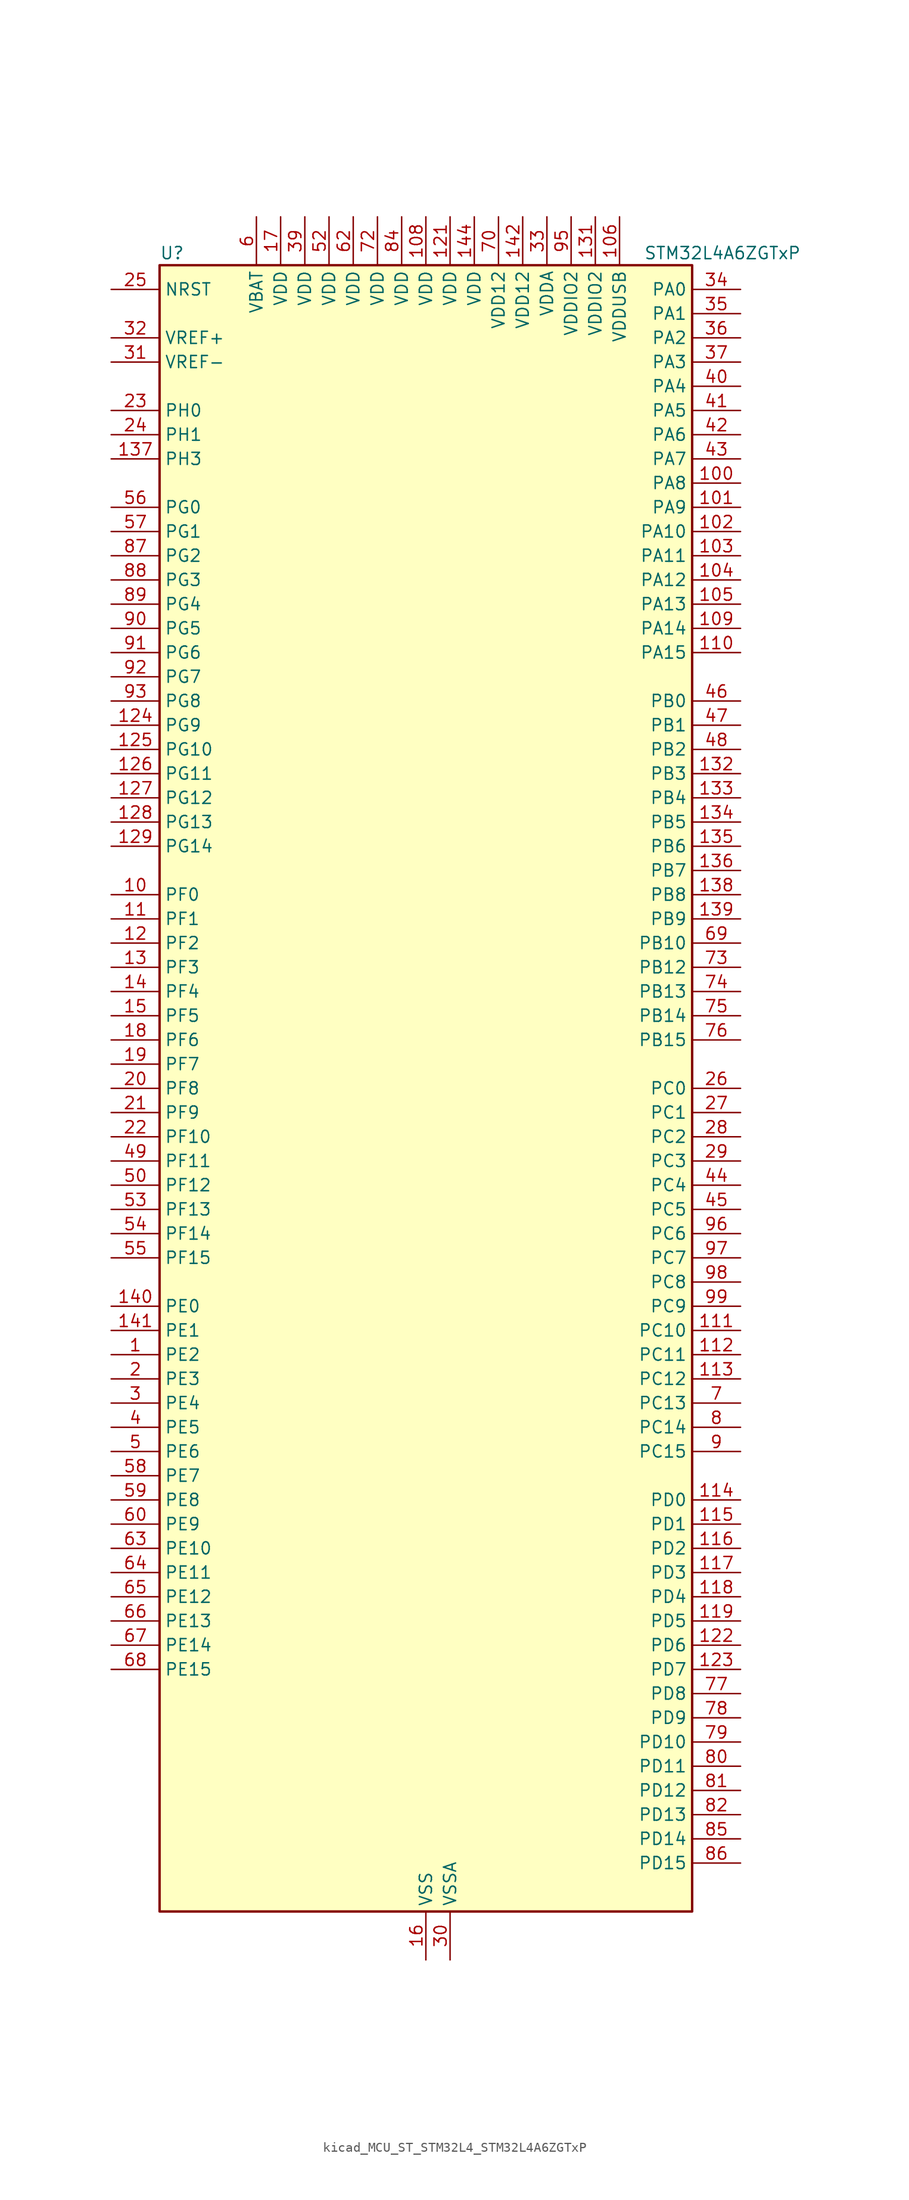
<source format=kicad_sym>
(kicad_symbol_lib
  (version 20220914)
  (generator kicad_symbol_editor)
  (symbol "kicad_MCU_ST_STM32L4_STM32L4A6ZGTxP"
    (property "Reference" "U"
      (at -27.94 87.63 0)
      (effects (font (size 1.27 1.27)) (justify left)))
    (property "Value" "STM32L4A6ZGTxP"
      (at 22.86 87.63 0)
      (effects (font (size 1.27 1.27)) (justify left)))
    (property "ki_locked" ""
      (at 0 0 0)
      (effects (font (size 1.27 1.27))))
    (symbol "kicad_MCU_ST_STM32L4_STM32L4A6ZGTxP_0_1"
      (rectangle (start -27.94 -86.36) (end 27.94 86.36) (stroke (width 0.254) (type default)) (fill (type background))))
    (symbol "kicad_MCU_ST_STM32L4_STM32L4A6ZGTxP_1_1"
      (pin bidirectional line (at -33.02 -27.94 0) (length 5.08) (name "PE2" (effects (font (size 1.27 1.27)))) (number "1" (effects (font (size 1.27 1.27)))) (alternate "FMC_A23" bidirectional line) (alternate "LCD_SEG38" bidirectional line) (alternate "SAI1_MCLK_A" bidirectional line) (alternate "SYS_TRACECLK" bidirectional line) (alternate "TIM3_ETR" bidirectional line) (alternate "TSC_G7_IO1" bidirectional line))
      (pin bidirectional line (at -33.02 20.32 0) (length 5.08) (name "PF0" (effects (font (size 1.27 1.27)))) (number "10" (effects (font (size 1.27 1.27)))) (alternate "FMC_A0" bidirectional line) (alternate "I2C2_SDA" bidirectional line))
      (pin bidirectional line (at 33.02 63.5 180) (length 5.08) (name "PA8" (effects (font (size 1.27 1.27)))) (number "100" (effects (font (size 1.27 1.27)))) (alternate "LCD_COM0" bidirectional line) (alternate "LPTIM2_OUT" bidirectional line) (alternate "RCC_MCO" bidirectional line) (alternate "SAI1_SCK_A" bidirectional line) (alternate "SWPMI1_IO" bidirectional line) (alternate "TIM1_CH1" bidirectional line) (alternate "USART1_CK" bidirectional line) (alternate "USB_OTG_FS_SOF" bidirectional line))
      (pin bidirectional line (at 33.02 60.96 180) (length 5.08) (name "PA9" (effects (font (size 1.27 1.27)))) (number "101" (effects (font (size 1.27 1.27)))) (alternate "DAC1_EXTI9" bidirectional line) (alternate "DCMI_D0" bidirectional line) (alternate "LCD_COM1" bidirectional line) (alternate "SAI1_FS_A" bidirectional line) (alternate "SPI2_SCK" bidirectional line) (alternate "TIM15_BKIN" bidirectional line) (alternate "TIM1_CH2" bidirectional line) (alternate "USART1_TX" bidirectional line) (alternate "USB_OTG_FS_VBUS" bidirectional line))
      (pin bidirectional line (at 33.02 58.42 180) (length 5.08) (name "PA10" (effects (font (size 1.27 1.27)))) (number "102" (effects (font (size 1.27 1.27)))) (alternate "DCMI_D1" bidirectional line) (alternate "LCD_COM2" bidirectional line) (alternate "SAI1_SD_A" bidirectional line) (alternate "TIM17_BKIN" bidirectional line) (alternate "TIM1_CH3" bidirectional line) (alternate "USART1_RX" bidirectional line) (alternate "USB_OTG_FS_ID" bidirectional line))
      (pin bidirectional line (at 33.02 55.88 180) (length 5.08) (name "PA11" (effects (font (size 1.27 1.27)))) (number "103" (effects (font (size 1.27 1.27)))) (alternate "ADC1_EXTI11" bidirectional line) (alternate "ADC2_EXTI11" bidirectional line) (alternate "ADC3_EXTI11" bidirectional line) (alternate "CAN1_RX" bidirectional line) (alternate "SPI1_MISO" bidirectional line) (alternate "TIM1_BKIN2" bidirectional line) (alternate "TIM1_BKIN2_COMP1" bidirectional line) (alternate "TIM1_CH4" bidirectional line) (alternate "USART1_CTS" bidirectional line) (alternate "USB_OTG_FS_DM" bidirectional line))
      (pin bidirectional line (at 33.02 53.34 180) (length 5.08) (name "PA12" (effects (font (size 1.27 1.27)))) (number "104" (effects (font (size 1.27 1.27)))) (alternate "CAN1_TX" bidirectional line) (alternate "SPI1_MOSI" bidirectional line) (alternate "TIM1_ETR" bidirectional line) (alternate "USART1_DE" bidirectional line) (alternate "USART1_RTS" bidirectional line) (alternate "USB_OTG_FS_DP" bidirectional line))
      (pin bidirectional line (at 33.02 50.8 180) (length 5.08) (name "PA13" (effects (font (size 1.27 1.27)))) (number "105" (effects (font (size 1.27 1.27)))) (alternate "IR_OUT" bidirectional line) (alternate "SAI1_SD_B" bidirectional line) (alternate "SWPMI1_TX" bidirectional line) (alternate "SYS_JTMS-SWDIO" bidirectional line) (alternate "USB_OTG_FS_NOE" bidirectional line))
      (pin power_in line (at 20.32 91.44 270) (length 5.08) (name "VDDUSB" (effects (font (size 1.27 1.27)))) (number "106" (effects (font (size 1.27 1.27)))))
      (pin passive line (at 0 -91.44 90) (length 5.08) hide (name "VSS" (effects (font (size 1.27 1.27)))) (number "107" (effects (font (size 1.27 1.27)))))
      (pin power_in line (at 0 91.44 270) (length 5.08) (name "VDD" (effects (font (size 1.27 1.27)))) (number "108" (effects (font (size 1.27 1.27)))))
      (pin bidirectional line (at 33.02 48.26 180) (length 5.08) (name "PA14" (effects (font (size 1.27 1.27)))) (number "109" (effects (font (size 1.27 1.27)))) (alternate "I2C1_SMBA" bidirectional line) (alternate "I2C4_SMBA" bidirectional line) (alternate "LPTIM1_OUT" bidirectional line) (alternate "SAI1_FS_B" bidirectional line) (alternate "SWPMI1_RX" bidirectional line) (alternate "SYS_JTCK-SWCLK" bidirectional line) (alternate "USB_OTG_FS_SOF" bidirectional line))
      (pin bidirectional line (at -33.02 17.78 0) (length 5.08) (name "PF1" (effects (font (size 1.27 1.27)))) (number "11" (effects (font (size 1.27 1.27)))) (alternate "FMC_A1" bidirectional line) (alternate "I2C2_SCL" bidirectional line))
      (pin bidirectional line (at 33.02 45.72 180) (length 5.08) (name "PA15" (effects (font (size 1.27 1.27)))) (number "110" (effects (font (size 1.27 1.27)))) (alternate "ADC1_EXTI15" bidirectional line) (alternate "ADC2_EXTI15" bidirectional line) (alternate "ADC3_EXTI15" bidirectional line) (alternate "LCD_SEG17" bidirectional line) (alternate "SAI2_FS_B" bidirectional line) (alternate "SPI1_NSS" bidirectional line) (alternate "SPI3_NSS" bidirectional line) (alternate "SWPMI1_SUSPEND" bidirectional line) (alternate "SYS_JTDI" bidirectional line) (alternate "TIM2_CH1" bidirectional line) (alternate "TIM2_ETR" bidirectional line) (alternate "TSC_G3_IO1" bidirectional line) (alternate "UART4_DE" bidirectional line) (alternate "UART4_RTS" bidirectional line) (alternate "USART2_RX" bidirectional line) (alternate "USART3_DE" bidirectional line) (alternate "USART3_RTS" bidirectional line))
      (pin bidirectional line (at 33.02 -25.4 180) (length 5.08) (name "PC10" (effects (font (size 1.27 1.27)))) (number "111" (effects (font (size 1.27 1.27)))) (alternate "DCMI_D8" bidirectional line) (alternate "LCD_COM4" bidirectional line) (alternate "LCD_SEG28" bidirectional line) (alternate "LCD_SEG40" bidirectional line) (alternate "SAI2_SCK_B" bidirectional line) (alternate "SDMMC1_D2" bidirectional line) (alternate "SPI3_SCK" bidirectional line) (alternate "SYS_TRACED1" bidirectional line) (alternate "TSC_G3_IO2" bidirectional line) (alternate "UART4_TX" bidirectional line) (alternate "USART3_TX" bidirectional line))
      (pin bidirectional line (at 33.02 -27.94 180) (length 5.08) (name "PC11" (effects (font (size 1.27 1.27)))) (number "112" (effects (font (size 1.27 1.27)))) (alternate "ADC1_EXTI11" bidirectional line) (alternate "ADC2_EXTI11" bidirectional line) (alternate "ADC3_EXTI11" bidirectional line) (alternate "DCMI_D4" bidirectional line) (alternate "LCD_COM5" bidirectional line) (alternate "LCD_SEG29" bidirectional line) (alternate "LCD_SEG41" bidirectional line) (alternate "QUADSPI_BK2_NCS" bidirectional line) (alternate "SAI2_MCLK_B" bidirectional line) (alternate "SDMMC1_D3" bidirectional line) (alternate "SPI3_MISO" bidirectional line) (alternate "TSC_G3_IO3" bidirectional line) (alternate "UART4_RX" bidirectional line) (alternate "USART3_RX" bidirectional line))
      (pin bidirectional line (at 33.02 -30.48 180) (length 5.08) (name "PC12" (effects (font (size 1.27 1.27)))) (number "113" (effects (font (size 1.27 1.27)))) (alternate "DCMI_D9" bidirectional line) (alternate "LCD_COM6" bidirectional line) (alternate "LCD_SEG30" bidirectional line) (alternate "LCD_SEG42" bidirectional line) (alternate "SAI2_SD_B" bidirectional line) (alternate "SDMMC1_CK" bidirectional line) (alternate "SPI3_MOSI" bidirectional line) (alternate "SYS_TRACED3" bidirectional line) (alternate "TSC_G3_IO4" bidirectional line) (alternate "UART5_TX" bidirectional line) (alternate "USART3_CK" bidirectional line))
      (pin bidirectional line (at 33.02 -43.18 180) (length 5.08) (name "PD0" (effects (font (size 1.27 1.27)))) (number "114" (effects (font (size 1.27 1.27)))) (alternate "CAN1_RX" bidirectional line) (alternate "DFSDM1_DATIN7" bidirectional line) (alternate "FMC_D2" bidirectional line) (alternate "FMC_DA2" bidirectional line) (alternate "SPI2_NSS" bidirectional line))
      (pin bidirectional line (at 33.02 -45.72 180) (length 5.08) (name "PD1" (effects (font (size 1.27 1.27)))) (number "115" (effects (font (size 1.27 1.27)))) (alternate "CAN1_TX" bidirectional line) (alternate "DFSDM1_CKIN7" bidirectional line) (alternate "FMC_D3" bidirectional line) (alternate "FMC_DA3" bidirectional line) (alternate "SPI2_SCK" bidirectional line))
      (pin bidirectional line (at 33.02 -48.26 180) (length 5.08) (name "PD2" (effects (font (size 1.27 1.27)))) (number "116" (effects (font (size 1.27 1.27)))) (alternate "DCMI_D11" bidirectional line) (alternate "LCD_COM7" bidirectional line) (alternate "LCD_SEG31" bidirectional line) (alternate "LCD_SEG43" bidirectional line) (alternate "SDMMC1_CMD" bidirectional line) (alternate "SYS_TRACED2" bidirectional line) (alternate "TIM3_ETR" bidirectional line) (alternate "TSC_SYNC" bidirectional line) (alternate "UART5_RX" bidirectional line) (alternate "USART3_DE" bidirectional line) (alternate "USART3_RTS" bidirectional line))
      (pin bidirectional line (at 33.02 -50.8 180) (length 5.08) (name "PD3" (effects (font (size 1.27 1.27)))) (number "117" (effects (font (size 1.27 1.27)))) (alternate "DCMI_D5" bidirectional line) (alternate "DFSDM1_DATIN0" bidirectional line) (alternate "FMC_CLK" bidirectional line) (alternate "QUADSPI_BK2_NCS" bidirectional line) (alternate "SPI2_MISO" bidirectional line) (alternate "SPI2_SCK" bidirectional line) (alternate "USART2_CTS" bidirectional line))
      (pin bidirectional line (at 33.02 -53.34 180) (length 5.08) (name "PD4" (effects (font (size 1.27 1.27)))) (number "118" (effects (font (size 1.27 1.27)))) (alternate "DFSDM1_CKIN0" bidirectional line) (alternate "FMC_NOE" bidirectional line) (alternate "QUADSPI_BK2_IO0" bidirectional line) (alternate "SPI2_MOSI" bidirectional line) (alternate "USART2_DE" bidirectional line) (alternate "USART2_RTS" bidirectional line))
      (pin bidirectional line (at 33.02 -55.88 180) (length 5.08) (name "PD5" (effects (font (size 1.27 1.27)))) (number "119" (effects (font (size 1.27 1.27)))) (alternate "FMC_NWE" bidirectional line) (alternate "QUADSPI_BK2_IO1" bidirectional line) (alternate "USART2_TX" bidirectional line))
      (pin bidirectional line (at -33.02 15.24 0) (length 5.08) (name "PF2" (effects (font (size 1.27 1.27)))) (number "12" (effects (font (size 1.27 1.27)))) (alternate "FMC_A2" bidirectional line) (alternate "I2C2_SMBA" bidirectional line))
      (pin passive line (at 0 -91.44 90) (length 5.08) hide (name "VSS" (effects (font (size 1.27 1.27)))) (number "120" (effects (font (size 1.27 1.27)))))
      (pin power_in line (at 2.54 91.44 270) (length 5.08) (name "VDD" (effects (font (size 1.27 1.27)))) (number "121" (effects (font (size 1.27 1.27)))))
      (pin bidirectional line (at 33.02 -58.42 180) (length 5.08) (name "PD6" (effects (font (size 1.27 1.27)))) (number "122" (effects (font (size 1.27 1.27)))) (alternate "DCMI_D10" bidirectional line) (alternate "DFSDM1_DATIN1" bidirectional line) (alternate "FMC_NWAIT" bidirectional line) (alternate "QUADSPI_BK2_IO1" bidirectional line) (alternate "QUADSPI_BK2_IO2" bidirectional line) (alternate "SAI1_SD_A" bidirectional line) (alternate "USART2_RX" bidirectional line))
      (pin bidirectional line (at 33.02 -60.96 180) (length 5.08) (name "PD7" (effects (font (size 1.27 1.27)))) (number "123" (effects (font (size 1.27 1.27)))) (alternate "DFSDM1_CKIN1" bidirectional line) (alternate "FMC_NE1" bidirectional line) (alternate "QUADSPI_BK2_IO3" bidirectional line) (alternate "USART2_CK" bidirectional line))
      (pin bidirectional line (at -33.02 38.1 0) (length 5.08) (name "PG9" (effects (font (size 1.27 1.27)))) (number "124" (effects (font (size 1.27 1.27)))) (alternate "DAC1_EXTI9" bidirectional line) (alternate "FMC_NCE" bidirectional line) (alternate "FMC_NE2" bidirectional line) (alternate "SAI2_SCK_A" bidirectional line) (alternate "SPI3_SCK" bidirectional line) (alternate "TIM15_CH1N" bidirectional line) (alternate "USART1_TX" bidirectional line))
      (pin bidirectional line (at -33.02 35.56 0) (length 5.08) (name "PG10" (effects (font (size 1.27 1.27)))) (number "125" (effects (font (size 1.27 1.27)))) (alternate "FMC_NE3" bidirectional line) (alternate "LPTIM1_IN1" bidirectional line) (alternate "SAI2_FS_A" bidirectional line) (alternate "SPI3_MISO" bidirectional line) (alternate "TIM15_CH1" bidirectional line) (alternate "USART1_RX" bidirectional line))
      (pin bidirectional line (at -33.02 33.02 0) (length 5.08) (name "PG11" (effects (font (size 1.27 1.27)))) (number "126" (effects (font (size 1.27 1.27)))) (alternate "ADC1_EXTI11" bidirectional line) (alternate "ADC2_EXTI11" bidirectional line) (alternate "ADC3_EXTI11" bidirectional line) (alternate "LPTIM1_IN2" bidirectional line) (alternate "SAI2_MCLK_A" bidirectional line) (alternate "SPI3_MOSI" bidirectional line) (alternate "TIM15_CH2" bidirectional line) (alternate "USART1_CTS" bidirectional line))
      (pin bidirectional line (at -33.02 30.48 0) (length 5.08) (name "PG12" (effects (font (size 1.27 1.27)))) (number "127" (effects (font (size 1.27 1.27)))) (alternate "FMC_NE4" bidirectional line) (alternate "LPTIM1_ETR" bidirectional line) (alternate "SAI2_SD_A" bidirectional line) (alternate "SPI3_NSS" bidirectional line) (alternate "USART1_DE" bidirectional line) (alternate "USART1_RTS" bidirectional line))
      (pin bidirectional line (at -33.02 27.94 0) (length 5.08) (name "PG13" (effects (font (size 1.27 1.27)))) (number "128" (effects (font (size 1.27 1.27)))) (alternate "FMC_A24" bidirectional line) (alternate "I2C1_SDA" bidirectional line) (alternate "USART1_CK" bidirectional line))
      (pin bidirectional line (at -33.02 25.4 0) (length 5.08) (name "PG14" (effects (font (size 1.27 1.27)))) (number "129" (effects (font (size 1.27 1.27)))) (alternate "FMC_A25" bidirectional line) (alternate "I2C1_SCL" bidirectional line))
      (pin bidirectional line (at -33.02 12.7 0) (length 5.08) (name "PF3" (effects (font (size 1.27 1.27)))) (number "13" (effects (font (size 1.27 1.27)))) (alternate "ADC3_IN6" bidirectional line) (alternate "FMC_A3" bidirectional line))
      (pin passive line (at 0 -91.44 90) (length 5.08) hide (name "VSS" (effects (font (size 1.27 1.27)))) (number "130" (effects (font (size 1.27 1.27)))))
      (pin power_in line (at 17.78 91.44 270) (length 5.08) (name "VDDIO2" (effects (font (size 1.27 1.27)))) (number "131" (effects (font (size 1.27 1.27)))))
      (pin bidirectional line (at 33.02 33.02 180) (length 5.08) (name "PB3" (effects (font (size 1.27 1.27)))) (number "132" (effects (font (size 1.27 1.27)))) (alternate "COMP2_INM" bidirectional line) (alternate "CRS_SYNC" bidirectional line) (alternate "LCD_SEG7" bidirectional line) (alternate "SAI1_SCK_B" bidirectional line) (alternate "SPI1_SCK" bidirectional line) (alternate "SPI3_SCK" bidirectional line) (alternate "SYS_JTDO-SWO" bidirectional line) (alternate "TIM2_CH2" bidirectional line) (alternate "USART1_DE" bidirectional line) (alternate "USART1_RTS" bidirectional line))
      (pin bidirectional line (at 33.02 30.48 180) (length 5.08) (name "PB4" (effects (font (size 1.27 1.27)))) (number "133" (effects (font (size 1.27 1.27)))) (alternate "COMP2_INP" bidirectional line) (alternate "DCMI_D12" bidirectional line) (alternate "I2C3_SDA" bidirectional line) (alternate "LCD_SEG8" bidirectional line) (alternate "SAI1_MCLK_B" bidirectional line) (alternate "SPI1_MISO" bidirectional line) (alternate "SPI3_MISO" bidirectional line) (alternate "SYS_JTRST" bidirectional line) (alternate "TIM17_BKIN" bidirectional line) (alternate "TIM3_CH1" bidirectional line) (alternate "TSC_G2_IO1" bidirectional line) (alternate "UART5_DE" bidirectional line) (alternate "UART5_RTS" bidirectional line) (alternate "USART1_CTS" bidirectional line))
      (pin bidirectional line (at 33.02 27.94 180) (length 5.08) (name "PB5" (effects (font (size 1.27 1.27)))) (number "134" (effects (font (size 1.27 1.27)))) (alternate "CAN2_RX" bidirectional line) (alternate "COMP2_OUT" bidirectional line) (alternate "DCMI_D10" bidirectional line) (alternate "I2C1_SMBA" bidirectional line) (alternate "LCD_SEG9" bidirectional line) (alternate "LPTIM1_IN1" bidirectional line) (alternate "SAI1_SD_B" bidirectional line) (alternate "SPI1_MOSI" bidirectional line) (alternate "SPI3_MOSI" bidirectional line) (alternate "TIM16_BKIN" bidirectional line) (alternate "TIM3_CH2" bidirectional line) (alternate "TSC_G2_IO2" bidirectional line) (alternate "UART5_CTS" bidirectional line) (alternate "USART1_CK" bidirectional line))
      (pin bidirectional line (at 33.02 25.4 180) (length 5.08) (name "PB6" (effects (font (size 1.27 1.27)))) (number "135" (effects (font (size 1.27 1.27)))) (alternate "CAN2_TX" bidirectional line) (alternate "COMP2_INP" bidirectional line) (alternate "DCMI_D5" bidirectional line) (alternate "DFSDM1_DATIN5" bidirectional line) (alternate "I2C1_SCL" bidirectional line) (alternate "I2C4_SCL" bidirectional line) (alternate "LPTIM1_ETR" bidirectional line) (alternate "SAI1_FS_B" bidirectional line) (alternate "TIM16_CH1N" bidirectional line) (alternate "TIM4_CH1" bidirectional line) (alternate "TIM8_BKIN2" bidirectional line) (alternate "TIM8_BKIN2_COMP2" bidirectional line) (alternate "TSC_G2_IO3" bidirectional line) (alternate "USART1_TX" bidirectional line))
      (pin bidirectional line (at 33.02 22.86 180) (length 5.08) (name "PB7" (effects (font (size 1.27 1.27)))) (number "136" (effects (font (size 1.27 1.27)))) (alternate "COMP2_INM" bidirectional line) (alternate "DCMI_VSYNC" bidirectional line) (alternate "DFSDM1_CKIN5" bidirectional line) (alternate "FMC_NL" bidirectional line) (alternate "I2C1_SDA" bidirectional line) (alternate "I2C4_SDA" bidirectional line) (alternate "LCD_SEG21" bidirectional line) (alternate "LPTIM1_IN2" bidirectional line) (alternate "SYS_PVD_IN" bidirectional line) (alternate "TIM17_CH1N" bidirectional line) (alternate "TIM4_CH2" bidirectional line) (alternate "TIM8_BKIN" bidirectional line) (alternate "TIM8_BKIN_COMP1" bidirectional line) (alternate "TSC_G2_IO4" bidirectional line) (alternate "UART4_CTS" bidirectional line) (alternate "USART1_RX" bidirectional line))
      (pin bidirectional line (at -33.02 66.04 0) (length 5.08) (name "PH3" (effects (font (size 1.27 1.27)))) (number "137" (effects (font (size 1.27 1.27)))))
      (pin bidirectional line (at 33.02 20.32 180) (length 5.08) (name "PB8" (effects (font (size 1.27 1.27)))) (number "138" (effects (font (size 1.27 1.27)))) (alternate "CAN1_RX" bidirectional line) (alternate "DCMI_D6" bidirectional line) (alternate "DFSDM1_DATIN6" bidirectional line) (alternate "I2C1_SCL" bidirectional line) (alternate "LCD_SEG16" bidirectional line) (alternate "SAI1_MCLK_A" bidirectional line) (alternate "SDMMC1_D4" bidirectional line) (alternate "TIM16_CH1" bidirectional line) (alternate "TIM4_CH3" bidirectional line))
      (pin bidirectional line (at 33.02 17.78 180) (length 5.08) (name "PB9" (effects (font (size 1.27 1.27)))) (number "139" (effects (font (size 1.27 1.27)))) (alternate "CAN1_TX" bidirectional line) (alternate "DAC1_EXTI9" bidirectional line) (alternate "DCMI_D7" bidirectional line) (alternate "DFSDM1_CKIN6" bidirectional line) (alternate "I2C1_SDA" bidirectional line) (alternate "IR_OUT" bidirectional line) (alternate "LCD_COM3" bidirectional line) (alternate "SAI1_FS_A" bidirectional line) (alternate "SDMMC1_D5" bidirectional line) (alternate "SPI2_NSS" bidirectional line) (alternate "TIM17_CH1" bidirectional line) (alternate "TIM4_CH4" bidirectional line))
      (pin bidirectional line (at -33.02 10.16 0) (length 5.08) (name "PF4" (effects (font (size 1.27 1.27)))) (number "14" (effects (font (size 1.27 1.27)))) (alternate "ADC3_IN7" bidirectional line) (alternate "FMC_A4" bidirectional line))
      (pin bidirectional line (at -33.02 -22.86 0) (length 5.08) (name "PE0" (effects (font (size 1.27 1.27)))) (number "140" (effects (font (size 1.27 1.27)))) (alternate "DCMI_D2" bidirectional line) (alternate "FMC_NBL0" bidirectional line) (alternate "LCD_SEG36" bidirectional line) (alternate "TIM16_CH1" bidirectional line) (alternate "TIM4_ETR" bidirectional line))
      (pin bidirectional line (at -33.02 -25.4 0) (length 5.08) (name "PE1" (effects (font (size 1.27 1.27)))) (number "141" (effects (font (size 1.27 1.27)))) (alternate "DCMI_D3" bidirectional line) (alternate "FMC_NBL1" bidirectional line) (alternate "LCD_SEG37" bidirectional line) (alternate "TIM17_CH1" bidirectional line))
      (pin power_in line (at 10.16 91.44 270) (length 5.08) (name "VDD12" (effects (font (size 1.27 1.27)))) (number "142" (effects (font (size 1.27 1.27)))))
      (pin passive line (at 0 -91.44 90) (length 5.08) hide (name "VSS" (effects (font (size 1.27 1.27)))) (number "143" (effects (font (size 1.27 1.27)))))
      (pin power_in line (at 5.08 91.44 270) (length 5.08) (name "VDD" (effects (font (size 1.27 1.27)))) (number "144" (effects (font (size 1.27 1.27)))))
      (pin bidirectional line (at -33.02 7.62 0) (length 5.08) (name "PF5" (effects (font (size 1.27 1.27)))) (number "15" (effects (font (size 1.27 1.27)))) (alternate "ADC3_IN8" bidirectional line) (alternate "FMC_A5" bidirectional line))
      (pin power_in line (at 0 -91.44 90) (length 5.08) (name "VSS" (effects (font (size 1.27 1.27)))) (number "16" (effects (font (size 1.27 1.27)))))
      (pin power_in line (at -15.24 91.44 270) (length 5.08) (name "VDD" (effects (font (size 1.27 1.27)))) (number "17" (effects (font (size 1.27 1.27)))))
      (pin bidirectional line (at -33.02 5.08 0) (length 5.08) (name "PF6" (effects (font (size 1.27 1.27)))) (number "18" (effects (font (size 1.27 1.27)))) (alternate "ADC3_IN9" bidirectional line) (alternate "QUADSPI_BK1_IO3" bidirectional line) (alternate "SAI1_SD_B" bidirectional line) (alternate "TIM5_CH1" bidirectional line) (alternate "TIM5_ETR" bidirectional line))
      (pin bidirectional line (at -33.02 2.54 0) (length 5.08) (name "PF7" (effects (font (size 1.27 1.27)))) (number "19" (effects (font (size 1.27 1.27)))) (alternate "ADC3_IN10" bidirectional line) (alternate "QUADSPI_BK1_IO2" bidirectional line) (alternate "SAI1_MCLK_B" bidirectional line) (alternate "TIM5_CH2" bidirectional line))
      (pin bidirectional line (at -33.02 -30.48 0) (length 5.08) (name "PE3" (effects (font (size 1.27 1.27)))) (number "2" (effects (font (size 1.27 1.27)))) (alternate "FMC_A19" bidirectional line) (alternate "LCD_SEG39" bidirectional line) (alternate "SAI1_SD_B" bidirectional line) (alternate "SYS_TRACED0" bidirectional line) (alternate "TIM3_CH1" bidirectional line) (alternate "TSC_G7_IO2" bidirectional line))
      (pin bidirectional line (at -33.02 0 0) (length 5.08) (name "PF8" (effects (font (size 1.27 1.27)))) (number "20" (effects (font (size 1.27 1.27)))) (alternate "ADC3_IN11" bidirectional line) (alternate "QUADSPI_BK1_IO0" bidirectional line) (alternate "SAI1_SCK_B" bidirectional line) (alternate "TIM5_CH3" bidirectional line))
      (pin bidirectional line (at -33.02 -2.54 0) (length 5.08) (name "PF9" (effects (font (size 1.27 1.27)))) (number "21" (effects (font (size 1.27 1.27)))) (alternate "ADC3_IN12" bidirectional line) (alternate "DAC1_EXTI9" bidirectional line) (alternate "QUADSPI_BK1_IO1" bidirectional line) (alternate "SAI1_FS_B" bidirectional line) (alternate "TIM15_CH1" bidirectional line) (alternate "TIM5_CH4" bidirectional line))
      (pin bidirectional line (at -33.02 -5.08 0) (length 5.08) (name "PF10" (effects (font (size 1.27 1.27)))) (number "22" (effects (font (size 1.27 1.27)))) (alternate "ADC3_IN13" bidirectional line) (alternate "DCMI_D11" bidirectional line) (alternate "QUADSPI_CLK" bidirectional line) (alternate "TIM15_CH2" bidirectional line))
      (pin bidirectional line (at -33.02 71.12 0) (length 5.08) (name "PH0" (effects (font (size 1.27 1.27)))) (number "23" (effects (font (size 1.27 1.27)))) (alternate "RCC_OSC_IN" bidirectional line))
      (pin bidirectional line (at -33.02 68.58 0) (length 5.08) (name "PH1" (effects (font (size 1.27 1.27)))) (number "24" (effects (font (size 1.27 1.27)))) (alternate "RCC_OSC_OUT" bidirectional line))
      (pin input line (at -33.02 83.82 0) (length 5.08) (name "NRST" (effects (font (size 1.27 1.27)))) (number "25" (effects (font (size 1.27 1.27)))))
      (pin bidirectional line (at 33.02 0 180) (length 5.08) (name "PC0" (effects (font (size 1.27 1.27)))) (number "26" (effects (font (size 1.27 1.27)))) (alternate "ADC1_IN1" bidirectional line) (alternate "ADC2_IN1" bidirectional line) (alternate "ADC3_IN1" bidirectional line) (alternate "DFSDM1_DATIN4" bidirectional line) (alternate "I2C3_SCL" bidirectional line) (alternate "I2C4_SCL" bidirectional line) (alternate "LCD_SEG18" bidirectional line) (alternate "LPTIM1_IN1" bidirectional line) (alternate "LPTIM2_IN1" bidirectional line) (alternate "LPUART1_RX" bidirectional line))
      (pin bidirectional line (at 33.02 -2.54 180) (length 5.08) (name "PC1" (effects (font (size 1.27 1.27)))) (number "27" (effects (font (size 1.27 1.27)))) (alternate "ADC1_IN2" bidirectional line) (alternate "ADC2_IN2" bidirectional line) (alternate "ADC3_IN2" bidirectional line) (alternate "DFSDM1_CKIN4" bidirectional line) (alternate "I2C3_SDA" bidirectional line) (alternate "I2C4_SDA" bidirectional line) (alternate "LCD_SEG19" bidirectional line) (alternate "LPTIM1_OUT" bidirectional line) (alternate "LPUART1_TX" bidirectional line) (alternate "QUADSPI_BK2_IO0" bidirectional line) (alternate "SAI1_SD_A" bidirectional line) (alternate "SPI2_MOSI" bidirectional line) (alternate "SYS_TRACED0" bidirectional line))
      (pin bidirectional line (at 33.02 -5.08 180) (length 5.08) (name "PC2" (effects (font (size 1.27 1.27)))) (number "28" (effects (font (size 1.27 1.27)))) (alternate "ADC1_IN3" bidirectional line) (alternate "ADC2_IN3" bidirectional line) (alternate "ADC3_IN3" bidirectional line) (alternate "DFSDM1_CKOUT" bidirectional line) (alternate "LCD_SEG20" bidirectional line) (alternate "LPTIM1_IN2" bidirectional line) (alternate "QUADSPI_BK2_IO1" bidirectional line) (alternate "SPI2_MISO" bidirectional line))
      (pin bidirectional line (at 33.02 -7.62 180) (length 5.08) (name "PC3" (effects (font (size 1.27 1.27)))) (number "29" (effects (font (size 1.27 1.27)))) (alternate "ADC1_IN4" bidirectional line) (alternate "ADC2_IN4" bidirectional line) (alternate "ADC3_IN4" bidirectional line) (alternate "LCD_VLCD" bidirectional line) (alternate "LPTIM1_ETR" bidirectional line) (alternate "LPTIM2_ETR" bidirectional line) (alternate "QUADSPI_BK2_IO2" bidirectional line) (alternate "SAI1_SD_A" bidirectional line) (alternate "SPI2_MOSI" bidirectional line))
      (pin bidirectional line (at -33.02 -33.02 0) (length 5.08) (name "PE4" (effects (font (size 1.27 1.27)))) (number "3" (effects (font (size 1.27 1.27)))) (alternate "DCMI_D4" bidirectional line) (alternate "DFSDM1_DATIN3" bidirectional line) (alternate "FMC_A20" bidirectional line) (alternate "SAI1_FS_A" bidirectional line) (alternate "SYS_TRACED1" bidirectional line) (alternate "TIM3_CH2" bidirectional line) (alternate "TSC_G7_IO3" bidirectional line))
      (pin power_in line (at 2.54 -91.44 90) (length 5.08) (name "VSSA" (effects (font (size 1.27 1.27)))) (number "30" (effects (font (size 1.27 1.27)))))
      (pin input line (at -33.02 76.2 0) (length 5.08) (name "VREF-" (effects (font (size 1.27 1.27)))) (number "31" (effects (font (size 1.27 1.27)))))
      (pin input line (at -33.02 78.74 0) (length 5.08) (name "VREF+" (effects (font (size 1.27 1.27)))) (number "32" (effects (font (size 1.27 1.27)))) (alternate "VREFBUF_OUT" bidirectional line))
      (pin power_in line (at 12.7 91.44 270) (length 5.08) (name "VDDA" (effects (font (size 1.27 1.27)))) (number "33" (effects (font (size 1.27 1.27)))))
      (pin bidirectional line (at 33.02 83.82 180) (length 5.08) (name "PA0" (effects (font (size 1.27 1.27)))) (number "34" (effects (font (size 1.27 1.27)))) (alternate "ADC1_IN5" bidirectional line) (alternate "ADC2_IN5" bidirectional line) (alternate "OPAMP1_VINP" bidirectional line) (alternate "RTC_TAMP2" bidirectional line) (alternate "SAI1_EXTCLK" bidirectional line) (alternate "SYS_WKUP1" bidirectional line) (alternate "TIM2_CH1" bidirectional line) (alternate "TIM2_ETR" bidirectional line) (alternate "TIM5_CH1" bidirectional line) (alternate "TIM8_ETR" bidirectional line) (alternate "UART4_TX" bidirectional line) (alternate "USART2_CTS" bidirectional line))
      (pin bidirectional line (at 33.02 81.28 180) (length 5.08) (name "PA1" (effects (font (size 1.27 1.27)))) (number "35" (effects (font (size 1.27 1.27)))) (alternate "ADC1_IN6" bidirectional line) (alternate "ADC2_IN6" bidirectional line) (alternate "I2C1_SMBA" bidirectional line) (alternate "LCD_SEG0" bidirectional line) (alternate "OPAMP1_VINM" bidirectional line) (alternate "SPI1_SCK" bidirectional line) (alternate "TIM15_CH1N" bidirectional line) (alternate "TIM2_CH2" bidirectional line) (alternate "TIM5_CH2" bidirectional line) (alternate "UART4_RX" bidirectional line) (alternate "USART2_DE" bidirectional line) (alternate "USART2_RTS" bidirectional line))
      (pin bidirectional line (at 33.02 78.74 180) (length 5.08) (name "PA2" (effects (font (size 1.27 1.27)))) (number "36" (effects (font (size 1.27 1.27)))) (alternate "ADC1_IN7" bidirectional line) (alternate "ADC2_IN7" bidirectional line) (alternate "LCD_SEG1" bidirectional line) (alternate "LPUART1_TX" bidirectional line) (alternate "QUADSPI_BK1_NCS" bidirectional line) (alternate "RCC_LSCO" bidirectional line) (alternate "SAI2_EXTCLK" bidirectional line) (alternate "SYS_WKUP4" bidirectional line) (alternate "TIM15_CH1" bidirectional line) (alternate "TIM2_CH3" bidirectional line) (alternate "TIM5_CH3" bidirectional line) (alternate "USART2_TX" bidirectional line))
      (pin bidirectional line (at 33.02 76.2 180) (length 5.08) (name "PA3" (effects (font (size 1.27 1.27)))) (number "37" (effects (font (size 1.27 1.27)))) (alternate "ADC1_IN8" bidirectional line) (alternate "ADC2_IN8" bidirectional line) (alternate "LCD_SEG2" bidirectional line) (alternate "LPUART1_RX" bidirectional line) (alternate "OPAMP1_VOUT" bidirectional line) (alternate "QUADSPI_CLK" bidirectional line) (alternate "SAI1_MCLK_A" bidirectional line) (alternate "TIM15_CH2" bidirectional line) (alternate "TIM2_CH4" bidirectional line) (alternate "TIM5_CH4" bidirectional line) (alternate "USART2_RX" bidirectional line))
      (pin passive line (at 0 -91.44 90) (length 5.08) hide (name "VSS" (effects (font (size 1.27 1.27)))) (number "38" (effects (font (size 1.27 1.27)))))
      (pin power_in line (at -12.7 91.44 270) (length 5.08) (name "VDD" (effects (font (size 1.27 1.27)))) (number "39" (effects (font (size 1.27 1.27)))))
      (pin bidirectional line (at -33.02 -35.56 0) (length 5.08) (name "PE5" (effects (font (size 1.27 1.27)))) (number "4" (effects (font (size 1.27 1.27)))) (alternate "DCMI_D6" bidirectional line) (alternate "DFSDM1_CKIN3" bidirectional line) (alternate "FMC_A21" bidirectional line) (alternate "SAI1_SCK_A" bidirectional line) (alternate "SYS_TRACED2" bidirectional line) (alternate "TIM3_CH3" bidirectional line) (alternate "TSC_G7_IO4" bidirectional line))
      (pin bidirectional line (at 33.02 73.66 180) (length 5.08) (name "PA4" (effects (font (size 1.27 1.27)))) (number "40" (effects (font (size 1.27 1.27)))) (alternate "ADC1_IN9" bidirectional line) (alternate "ADC2_IN9" bidirectional line) (alternate "DAC1_OUT1" bidirectional line) (alternate "DCMI_HSYNC" bidirectional line) (alternate "LPTIM2_OUT" bidirectional line) (alternate "SAI1_FS_B" bidirectional line) (alternate "SPI1_NSS" bidirectional line) (alternate "SPI3_NSS" bidirectional line) (alternate "USART2_CK" bidirectional line))
      (pin bidirectional line (at 33.02 71.12 180) (length 5.08) (name "PA5" (effects (font (size 1.27 1.27)))) (number "41" (effects (font (size 1.27 1.27)))) (alternate "ADC1_IN10" bidirectional line) (alternate "ADC2_IN10" bidirectional line) (alternate "DAC1_OUT2" bidirectional line) (alternate "LPTIM2_ETR" bidirectional line) (alternate "SPI1_SCK" bidirectional line) (alternate "TIM2_CH1" bidirectional line) (alternate "TIM2_ETR" bidirectional line) (alternate "TIM8_CH1N" bidirectional line))
      (pin bidirectional line (at 33.02 68.58 180) (length 5.08) (name "PA6" (effects (font (size 1.27 1.27)))) (number "42" (effects (font (size 1.27 1.27)))) (alternate "ADC1_IN11" bidirectional line) (alternate "ADC2_IN11" bidirectional line) (alternate "DCMI_PIXCLK" bidirectional line) (alternate "LCD_SEG3" bidirectional line) (alternate "LPUART1_CTS" bidirectional line) (alternate "OPAMP2_VINP" bidirectional line) (alternate "QUADSPI_BK1_IO3" bidirectional line) (alternate "SPI1_MISO" bidirectional line) (alternate "TIM16_CH1" bidirectional line) (alternate "TIM1_BKIN" bidirectional line) (alternate "TIM1_BKIN_COMP2" bidirectional line) (alternate "TIM3_CH1" bidirectional line) (alternate "TIM8_BKIN" bidirectional line) (alternate "TIM8_BKIN_COMP2" bidirectional line) (alternate "USART3_CTS" bidirectional line))
      (pin bidirectional line (at 33.02 66.04 180) (length 5.08) (name "PA7" (effects (font (size 1.27 1.27)))) (number "43" (effects (font (size 1.27 1.27)))) (alternate "ADC1_IN12" bidirectional line) (alternate "ADC2_IN12" bidirectional line) (alternate "I2C3_SCL" bidirectional line) (alternate "LCD_SEG4" bidirectional line) (alternate "OPAMP2_VINM" bidirectional line) (alternate "QUADSPI_BK1_IO2" bidirectional line) (alternate "SPI1_MOSI" bidirectional line) (alternate "TIM17_CH1" bidirectional line) (alternate "TIM1_CH1N" bidirectional line) (alternate "TIM3_CH2" bidirectional line) (alternate "TIM8_CH1N" bidirectional line))
      (pin bidirectional line (at 33.02 -10.16 180) (length 5.08) (name "PC4" (effects (font (size 1.27 1.27)))) (number "44" (effects (font (size 1.27 1.27)))) (alternate "ADC1_IN13" bidirectional line) (alternate "ADC2_IN13" bidirectional line) (alternate "COMP1_INM" bidirectional line) (alternate "LCD_SEG22" bidirectional line) (alternate "QUADSPI_BK2_IO3" bidirectional line) (alternate "USART3_TX" bidirectional line))
      (pin bidirectional line (at 33.02 -12.7 180) (length 5.08) (name "PC5" (effects (font (size 1.27 1.27)))) (number "45" (effects (font (size 1.27 1.27)))) (alternate "ADC1_IN14" bidirectional line) (alternate "ADC2_IN14" bidirectional line) (alternate "COMP1_INP" bidirectional line) (alternate "LCD_SEG23" bidirectional line) (alternate "SYS_WKUP5" bidirectional line) (alternate "USART3_RX" bidirectional line))
      (pin bidirectional line (at 33.02 40.64 180) (length 5.08) (name "PB0" (effects (font (size 1.27 1.27)))) (number "46" (effects (font (size 1.27 1.27)))) (alternate "ADC1_IN15" bidirectional line) (alternate "ADC2_IN15" bidirectional line) (alternate "COMP1_OUT" bidirectional line) (alternate "LCD_SEG5" bidirectional line) (alternate "OPAMP2_VOUT" bidirectional line) (alternate "QUADSPI_BK1_IO1" bidirectional line) (alternate "SAI1_EXTCLK" bidirectional line) (alternate "SPI1_NSS" bidirectional line) (alternate "TIM1_CH2N" bidirectional line) (alternate "TIM3_CH3" bidirectional line) (alternate "TIM8_CH2N" bidirectional line) (alternate "USART3_CK" bidirectional line))
      (pin bidirectional line (at 33.02 38.1 180) (length 5.08) (name "PB1" (effects (font (size 1.27 1.27)))) (number "47" (effects (font (size 1.27 1.27)))) (alternate "ADC1_IN16" bidirectional line) (alternate "ADC2_IN16" bidirectional line) (alternate "COMP1_INM" bidirectional line) (alternate "DFSDM1_DATIN0" bidirectional line) (alternate "LCD_SEG6" bidirectional line) (alternate "LPTIM2_IN1" bidirectional line) (alternate "LPUART1_DE" bidirectional line) (alternate "LPUART1_RTS" bidirectional line) (alternate "QUADSPI_BK1_IO0" bidirectional line) (alternate "TIM1_CH3N" bidirectional line) (alternate "TIM3_CH4" bidirectional line) (alternate "TIM8_CH3N" bidirectional line) (alternate "USART3_DE" bidirectional line) (alternate "USART3_RTS" bidirectional line))
      (pin bidirectional line (at 33.02 35.56 180) (length 5.08) (name "PB2" (effects (font (size 1.27 1.27)))) (number "48" (effects (font (size 1.27 1.27)))) (alternate "COMP1_INP" bidirectional line) (alternate "DFSDM1_CKIN0" bidirectional line) (alternate "I2C3_SMBA" bidirectional line) (alternate "LCD_VLCD" bidirectional line) (alternate "LPTIM1_OUT" bidirectional line) (alternate "RTC_OUT_ALARM" bidirectional line) (alternate "RTC_OUT_CALIB" bidirectional line))
      (pin bidirectional line (at -33.02 -7.62 0) (length 5.08) (name "PF11" (effects (font (size 1.27 1.27)))) (number "49" (effects (font (size 1.27 1.27)))) (alternate "ADC1_EXTI11" bidirectional line) (alternate "ADC2_EXTI11" bidirectional line) (alternate "ADC3_EXTI11" bidirectional line) (alternate "DCMI_D12" bidirectional line))
      (pin bidirectional line (at -33.02 -38.1 0) (length 5.08) (name "PE6" (effects (font (size 1.27 1.27)))) (number "5" (effects (font (size 1.27 1.27)))) (alternate "DCMI_D7" bidirectional line) (alternate "FMC_A22" bidirectional line) (alternate "RTC_TAMP3" bidirectional line) (alternate "SAI1_SD_A" bidirectional line) (alternate "SYS_TRACED3" bidirectional line) (alternate "SYS_WKUP3" bidirectional line) (alternate "TIM3_CH4" bidirectional line))
      (pin bidirectional line (at -33.02 -10.16 0) (length 5.08) (name "PF12" (effects (font (size 1.27 1.27)))) (number "50" (effects (font (size 1.27 1.27)))) (alternate "FMC_A6" bidirectional line))
      (pin passive line (at 0 -91.44 90) (length 5.08) hide (name "VSS" (effects (font (size 1.27 1.27)))) (number "51" (effects (font (size 1.27 1.27)))))
      (pin power_in line (at -10.16 91.44 270) (length 5.08) (name "VDD" (effects (font (size 1.27 1.27)))) (number "52" (effects (font (size 1.27 1.27)))))
      (pin bidirectional line (at -33.02 -12.7 0) (length 5.08) (name "PF13" (effects (font (size 1.27 1.27)))) (number "53" (effects (font (size 1.27 1.27)))) (alternate "DFSDM1_DATIN6" bidirectional line) (alternate "FMC_A7" bidirectional line) (alternate "I2C4_SMBA" bidirectional line))
      (pin bidirectional line (at -33.02 -15.24 0) (length 5.08) (name "PF14" (effects (font (size 1.27 1.27)))) (number "54" (effects (font (size 1.27 1.27)))) (alternate "DFSDM1_CKIN6" bidirectional line) (alternate "FMC_A8" bidirectional line) (alternate "I2C4_SCL" bidirectional line) (alternate "TSC_G8_IO1" bidirectional line))
      (pin bidirectional line (at -33.02 -17.78 0) (length 5.08) (name "PF15" (effects (font (size 1.27 1.27)))) (number "55" (effects (font (size 1.27 1.27)))) (alternate "ADC1_EXTI15" bidirectional line) (alternate "ADC2_EXTI15" bidirectional line) (alternate "ADC3_EXTI15" bidirectional line) (alternate "FMC_A9" bidirectional line) (alternate "I2C4_SDA" bidirectional line) (alternate "TSC_G8_IO2" bidirectional line))
      (pin bidirectional line (at -33.02 60.96 0) (length 5.08) (name "PG0" (effects (font (size 1.27 1.27)))) (number "56" (effects (font (size 1.27 1.27)))) (alternate "FMC_A10" bidirectional line) (alternate "TSC_G8_IO3" bidirectional line))
      (pin bidirectional line (at -33.02 58.42 0) (length 5.08) (name "PG1" (effects (font (size 1.27 1.27)))) (number "57" (effects (font (size 1.27 1.27)))) (alternate "FMC_A11" bidirectional line) (alternate "TSC_G8_IO4" bidirectional line))
      (pin bidirectional line (at -33.02 -40.64 0) (length 5.08) (name "PE7" (effects (font (size 1.27 1.27)))) (number "58" (effects (font (size 1.27 1.27)))) (alternate "DFSDM1_DATIN2" bidirectional line) (alternate "FMC_D4" bidirectional line) (alternate "FMC_DA4" bidirectional line) (alternate "SAI1_SD_B" bidirectional line) (alternate "TIM1_ETR" bidirectional line))
      (pin bidirectional line (at -33.02 -43.18 0) (length 5.08) (name "PE8" (effects (font (size 1.27 1.27)))) (number "59" (effects (font (size 1.27 1.27)))) (alternate "DFSDM1_CKIN2" bidirectional line) (alternate "FMC_D5" bidirectional line) (alternate "FMC_DA5" bidirectional line) (alternate "SAI1_SCK_B" bidirectional line) (alternate "TIM1_CH1N" bidirectional line))
      (pin power_in line (at -17.78 91.44 270) (length 5.08) (name "VBAT" (effects (font (size 1.27 1.27)))) (number "6" (effects (font (size 1.27 1.27)))))
      (pin bidirectional line (at -33.02 -45.72 0) (length 5.08) (name "PE9" (effects (font (size 1.27 1.27)))) (number "60" (effects (font (size 1.27 1.27)))) (alternate "DAC1_EXTI9" bidirectional line) (alternate "DFSDM1_CKOUT" bidirectional line) (alternate "FMC_D6" bidirectional line) (alternate "FMC_DA6" bidirectional line) (alternate "SAI1_FS_B" bidirectional line) (alternate "TIM1_CH1" bidirectional line))
      (pin passive line (at 0 -91.44 90) (length 5.08) hide (name "VSS" (effects (font (size 1.27 1.27)))) (number "61" (effects (font (size 1.27 1.27)))))
      (pin power_in line (at -7.62 91.44 270) (length 5.08) (name "VDD" (effects (font (size 1.27 1.27)))) (number "62" (effects (font (size 1.27 1.27)))))
      (pin bidirectional line (at -33.02 -48.26 0) (length 5.08) (name "PE10" (effects (font (size 1.27 1.27)))) (number "63" (effects (font (size 1.27 1.27)))) (alternate "DFSDM1_DATIN4" bidirectional line) (alternate "FMC_D7" bidirectional line) (alternate "FMC_DA7" bidirectional line) (alternate "QUADSPI_CLK" bidirectional line) (alternate "SAI1_MCLK_B" bidirectional line) (alternate "TIM1_CH2N" bidirectional line) (alternate "TSC_G5_IO1" bidirectional line))
      (pin bidirectional line (at -33.02 -50.8 0) (length 5.08) (name "PE11" (effects (font (size 1.27 1.27)))) (number "64" (effects (font (size 1.27 1.27)))) (alternate "ADC1_EXTI11" bidirectional line) (alternate "ADC2_EXTI11" bidirectional line) (alternate "ADC3_EXTI11" bidirectional line) (alternate "DFSDM1_CKIN4" bidirectional line) (alternate "FMC_D8" bidirectional line) (alternate "FMC_DA8" bidirectional line) (alternate "QUADSPI_BK1_NCS" bidirectional line) (alternate "TIM1_CH2" bidirectional line) (alternate "TSC_G5_IO2" bidirectional line))
      (pin bidirectional line (at -33.02 -53.34 0) (length 5.08) (name "PE12" (effects (font (size 1.27 1.27)))) (number "65" (effects (font (size 1.27 1.27)))) (alternate "DFSDM1_DATIN5" bidirectional line) (alternate "FMC_D9" bidirectional line) (alternate "FMC_DA9" bidirectional line) (alternate "QUADSPI_BK1_IO0" bidirectional line) (alternate "SPI1_NSS" bidirectional line) (alternate "TIM1_CH3N" bidirectional line) (alternate "TSC_G5_IO3" bidirectional line))
      (pin bidirectional line (at -33.02 -55.88 0) (length 5.08) (name "PE13" (effects (font (size 1.27 1.27)))) (number "66" (effects (font (size 1.27 1.27)))) (alternate "DFSDM1_CKIN5" bidirectional line) (alternate "FMC_D10" bidirectional line) (alternate "FMC_DA10" bidirectional line) (alternate "QUADSPI_BK1_IO1" bidirectional line) (alternate "SPI1_SCK" bidirectional line) (alternate "TIM1_CH3" bidirectional line) (alternate "TSC_G5_IO4" bidirectional line))
      (pin bidirectional line (at -33.02 -58.42 0) (length 5.08) (name "PE14" (effects (font (size 1.27 1.27)))) (number "67" (effects (font (size 1.27 1.27)))) (alternate "FMC_D11" bidirectional line) (alternate "FMC_DA11" bidirectional line) (alternate "QUADSPI_BK1_IO2" bidirectional line) (alternate "SPI1_MISO" bidirectional line) (alternate "TIM1_BKIN2" bidirectional line) (alternate "TIM1_BKIN2_COMP2" bidirectional line) (alternate "TIM1_CH4" bidirectional line))
      (pin bidirectional line (at -33.02 -60.96 0) (length 5.08) (name "PE15" (effects (font (size 1.27 1.27)))) (number "68" (effects (font (size 1.27 1.27)))) (alternate "ADC1_EXTI15" bidirectional line) (alternate "ADC2_EXTI15" bidirectional line) (alternate "ADC3_EXTI15" bidirectional line) (alternate "FMC_D12" bidirectional line) (alternate "FMC_DA12" bidirectional line) (alternate "QUADSPI_BK1_IO3" bidirectional line) (alternate "SPI1_MOSI" bidirectional line) (alternate "TIM1_BKIN" bidirectional line) (alternate "TIM1_BKIN_COMP1" bidirectional line))
      (pin bidirectional line (at 33.02 15.24 180) (length 5.08) (name "PB10" (effects (font (size 1.27 1.27)))) (number "69" (effects (font (size 1.27 1.27)))) (alternate "COMP1_OUT" bidirectional line) (alternate "DFSDM1_DATIN7" bidirectional line) (alternate "I2C2_SCL" bidirectional line) (alternate "I2C4_SCL" bidirectional line) (alternate "LCD_SEG10" bidirectional line) (alternate "LPUART1_RX" bidirectional line) (alternate "QUADSPI_CLK" bidirectional line) (alternate "SAI1_SCK_A" bidirectional line) (alternate "SPI2_SCK" bidirectional line) (alternate "TIM2_CH3" bidirectional line) (alternate "TSC_SYNC" bidirectional line) (alternate "USART3_TX" bidirectional line))
      (pin bidirectional line (at 33.02 -33.02 180) (length 5.08) (name "PC13" (effects (font (size 1.27 1.27)))) (number "7" (effects (font (size 1.27 1.27)))) (alternate "RTC_OUT_ALARM" bidirectional line) (alternate "RTC_OUT_CALIB" bidirectional line) (alternate "RTC_TAMP1" bidirectional line) (alternate "RTC_TS" bidirectional line) (alternate "SYS_WKUP2" bidirectional line))
      (pin power_in line (at 7.62 91.44 270) (length 5.08) (name "VDD12" (effects (font (size 1.27 1.27)))) (number "70" (effects (font (size 1.27 1.27)))))
      (pin passive line (at 0 -91.44 90) (length 5.08) hide (name "VSS" (effects (font (size 1.27 1.27)))) (number "71" (effects (font (size 1.27 1.27)))))
      (pin power_in line (at -5.08 91.44 270) (length 5.08) (name "VDD" (effects (font (size 1.27 1.27)))) (number "72" (effects (font (size 1.27 1.27)))))
      (pin bidirectional line (at 33.02 12.7 180) (length 5.08) (name "PB12" (effects (font (size 1.27 1.27)))) (number "73" (effects (font (size 1.27 1.27)))) (alternate "CAN2_RX" bidirectional line) (alternate "DFSDM1_DATIN1" bidirectional line) (alternate "I2C2_SMBA" bidirectional line) (alternate "LCD_SEG12" bidirectional line) (alternate "LPUART1_DE" bidirectional line) (alternate "LPUART1_RTS" bidirectional line) (alternate "SAI2_FS_A" bidirectional line) (alternate "SPI2_NSS" bidirectional line) (alternate "SWPMI1_IO" bidirectional line) (alternate "TIM15_BKIN" bidirectional line) (alternate "TIM1_BKIN" bidirectional line) (alternate "TIM1_BKIN_COMP2" bidirectional line) (alternate "TSC_G1_IO1" bidirectional line) (alternate "USART3_CK" bidirectional line))
      (pin bidirectional line (at 33.02 10.16 180) (length 5.08) (name "PB13" (effects (font (size 1.27 1.27)))) (number "74" (effects (font (size 1.27 1.27)))) (alternate "CAN2_TX" bidirectional line) (alternate "DFSDM1_CKIN1" bidirectional line) (alternate "I2C2_SCL" bidirectional line) (alternate "LCD_SEG13" bidirectional line) (alternate "LPUART1_CTS" bidirectional line) (alternate "SAI2_SCK_A" bidirectional line) (alternate "SPI2_SCK" bidirectional line) (alternate "SWPMI1_TX" bidirectional line) (alternate "TIM15_CH1N" bidirectional line) (alternate "TIM1_CH1N" bidirectional line) (alternate "TSC_G1_IO2" bidirectional line) (alternate "USART3_CTS" bidirectional line))
      (pin bidirectional line (at 33.02 7.62 180) (length 5.08) (name "PB14" (effects (font (size 1.27 1.27)))) (number "75" (effects (font (size 1.27 1.27)))) (alternate "DFSDM1_DATIN2" bidirectional line) (alternate "I2C2_SDA" bidirectional line) (alternate "LCD_SEG14" bidirectional line) (alternate "SAI2_MCLK_A" bidirectional line) (alternate "SPI2_MISO" bidirectional line) (alternate "SWPMI1_RX" bidirectional line) (alternate "TIM15_CH1" bidirectional line) (alternate "TIM1_CH2N" bidirectional line) (alternate "TIM8_CH2N" bidirectional line) (alternate "TSC_G1_IO3" bidirectional line) (alternate "USART3_DE" bidirectional line) (alternate "USART3_RTS" bidirectional line))
      (pin bidirectional line (at 33.02 5.08 180) (length 5.08) (name "PB15" (effects (font (size 1.27 1.27)))) (number "76" (effects (font (size 1.27 1.27)))) (alternate "ADC1_EXTI15" bidirectional line) (alternate "ADC2_EXTI15" bidirectional line) (alternate "ADC3_EXTI15" bidirectional line) (alternate "DFSDM1_CKIN2" bidirectional line) (alternate "LCD_SEG15" bidirectional line) (alternate "RTC_REFIN" bidirectional line) (alternate "SAI2_SD_A" bidirectional line) (alternate "SPI2_MOSI" bidirectional line) (alternate "SWPMI1_SUSPEND" bidirectional line) (alternate "TIM15_CH2" bidirectional line) (alternate "TIM1_CH3N" bidirectional line) (alternate "TIM8_CH3N" bidirectional line) (alternate "TSC_G1_IO4" bidirectional line))
      (pin bidirectional line (at 33.02 -63.5 180) (length 5.08) (name "PD8" (effects (font (size 1.27 1.27)))) (number "77" (effects (font (size 1.27 1.27)))) (alternate "DCMI_HSYNC" bidirectional line) (alternate "FMC_D13" bidirectional line) (alternate "FMC_DA13" bidirectional line) (alternate "LCD_SEG28" bidirectional line) (alternate "USART3_TX" bidirectional line))
      (pin bidirectional line (at 33.02 -66.04 180) (length 5.08) (name "PD9" (effects (font (size 1.27 1.27)))) (number "78" (effects (font (size 1.27 1.27)))) (alternate "DAC1_EXTI9" bidirectional line) (alternate "DCMI_PIXCLK" bidirectional line) (alternate "FMC_D14" bidirectional line) (alternate "FMC_DA14" bidirectional line) (alternate "LCD_SEG29" bidirectional line) (alternate "SAI2_MCLK_A" bidirectional line) (alternate "USART3_RX" bidirectional line))
      (pin bidirectional line (at 33.02 -68.58 180) (length 5.08) (name "PD10" (effects (font (size 1.27 1.27)))) (number "79" (effects (font (size 1.27 1.27)))) (alternate "FMC_D15" bidirectional line) (alternate "FMC_DA15" bidirectional line) (alternate "LCD_SEG30" bidirectional line) (alternate "SAI2_SCK_A" bidirectional line) (alternate "TSC_G6_IO1" bidirectional line) (alternate "USART3_CK" bidirectional line))
      (pin bidirectional line (at 33.02 -35.56 180) (length 5.08) (name "PC14" (effects (font (size 1.27 1.27)))) (number "8" (effects (font (size 1.27 1.27)))) (alternate "RCC_OSC32_IN" bidirectional line))
      (pin bidirectional line (at 33.02 -71.12 180) (length 5.08) (name "PD11" (effects (font (size 1.27 1.27)))) (number "80" (effects (font (size 1.27 1.27)))) (alternate "ADC1_EXTI11" bidirectional line) (alternate "ADC2_EXTI11" bidirectional line) (alternate "ADC3_EXTI11" bidirectional line) (alternate "FMC_A16" bidirectional line) (alternate "FMC_CLE" bidirectional line) (alternate "I2C4_SMBA" bidirectional line) (alternate "LCD_SEG31" bidirectional line) (alternate "LPTIM2_ETR" bidirectional line) (alternate "SAI2_SD_A" bidirectional line) (alternate "TSC_G6_IO2" bidirectional line) (alternate "USART3_CTS" bidirectional line))
      (pin bidirectional line (at 33.02 -73.66 180) (length 5.08) (name "PD12" (effects (font (size 1.27 1.27)))) (number "81" (effects (font (size 1.27 1.27)))) (alternate "FMC_A17" bidirectional line) (alternate "FMC_ALE" bidirectional line) (alternate "I2C4_SCL" bidirectional line) (alternate "LCD_SEG32" bidirectional line) (alternate "LPTIM2_IN1" bidirectional line) (alternate "SAI2_FS_A" bidirectional line) (alternate "TIM4_CH1" bidirectional line) (alternate "TSC_G6_IO3" bidirectional line) (alternate "USART3_DE" bidirectional line) (alternate "USART3_RTS" bidirectional line))
      (pin bidirectional line (at 33.02 -76.2 180) (length 5.08) (name "PD13" (effects (font (size 1.27 1.27)))) (number "82" (effects (font (size 1.27 1.27)))) (alternate "FMC_A18" bidirectional line) (alternate "I2C4_SDA" bidirectional line) (alternate "LCD_SEG33" bidirectional line) (alternate "LPTIM2_OUT" bidirectional line) (alternate "TIM4_CH2" bidirectional line) (alternate "TSC_G6_IO4" bidirectional line))
      (pin passive line (at 0 -91.44 90) (length 5.08) hide (name "VSS" (effects (font (size 1.27 1.27)))) (number "83" (effects (font (size 1.27 1.27)))))
      (pin power_in line (at -2.54 91.44 270) (length 5.08) (name "VDD" (effects (font (size 1.27 1.27)))) (number "84" (effects (font (size 1.27 1.27)))))
      (pin bidirectional line (at 33.02 -78.74 180) (length 5.08) (name "PD14" (effects (font (size 1.27 1.27)))) (number "85" (effects (font (size 1.27 1.27)))) (alternate "FMC_D0" bidirectional line) (alternate "FMC_DA0" bidirectional line) (alternate "LCD_SEG34" bidirectional line) (alternate "TIM4_CH3" bidirectional line))
      (pin bidirectional line (at 33.02 -81.28 180) (length 5.08) (name "PD15" (effects (font (size 1.27 1.27)))) (number "86" (effects (font (size 1.27 1.27)))) (alternate "ADC1_EXTI15" bidirectional line) (alternate "ADC2_EXTI15" bidirectional line) (alternate "ADC3_EXTI15" bidirectional line) (alternate "FMC_D1" bidirectional line) (alternate "FMC_DA1" bidirectional line) (alternate "LCD_SEG35" bidirectional line) (alternate "TIM4_CH4" bidirectional line))
      (pin bidirectional line (at -33.02 55.88 0) (length 5.08) (name "PG2" (effects (font (size 1.27 1.27)))) (number "87" (effects (font (size 1.27 1.27)))) (alternate "FMC_A12" bidirectional line) (alternate "SAI2_SCK_B" bidirectional line) (alternate "SPI1_SCK" bidirectional line))
      (pin bidirectional line (at -33.02 53.34 0) (length 5.08) (name "PG3" (effects (font (size 1.27 1.27)))) (number "88" (effects (font (size 1.27 1.27)))) (alternate "FMC_A13" bidirectional line) (alternate "SAI2_FS_B" bidirectional line) (alternate "SPI1_MISO" bidirectional line))
      (pin bidirectional line (at -33.02 50.8 0) (length 5.08) (name "PG4" (effects (font (size 1.27 1.27)))) (number "89" (effects (font (size 1.27 1.27)))) (alternate "FMC_A14" bidirectional line) (alternate "SAI2_MCLK_B" bidirectional line) (alternate "SPI1_MOSI" bidirectional line))
      (pin bidirectional line (at 33.02 -38.1 180) (length 5.08) (name "PC15" (effects (font (size 1.27 1.27)))) (number "9" (effects (font (size 1.27 1.27)))) (alternate "ADC1_EXTI15" bidirectional line) (alternate "ADC2_EXTI15" bidirectional line) (alternate "ADC3_EXTI15" bidirectional line) (alternate "RCC_OSC32_OUT" bidirectional line))
      (pin bidirectional line (at -33.02 48.26 0) (length 5.08) (name "PG5" (effects (font (size 1.27 1.27)))) (number "90" (effects (font (size 1.27 1.27)))) (alternate "FMC_A15" bidirectional line) (alternate "LPUART1_CTS" bidirectional line) (alternate "SAI2_SD_B" bidirectional line) (alternate "SPI1_NSS" bidirectional line))
      (pin bidirectional line (at -33.02 45.72 0) (length 5.08) (name "PG6" (effects (font (size 1.27 1.27)))) (number "91" (effects (font (size 1.27 1.27)))) (alternate "I2C3_SMBA" bidirectional line) (alternate "LPUART1_DE" bidirectional line) (alternate "LPUART1_RTS" bidirectional line))
      (pin bidirectional line (at -33.02 43.18 0) (length 5.08) (name "PG7" (effects (font (size 1.27 1.27)))) (number "92" (effects (font (size 1.27 1.27)))) (alternate "FMC_INT" bidirectional line) (alternate "I2C3_SCL" bidirectional line) (alternate "LPUART1_TX" bidirectional line) (alternate "SAI1_MCLK_A" bidirectional line))
      (pin bidirectional line (at -33.02 40.64 0) (length 5.08) (name "PG8" (effects (font (size 1.27 1.27)))) (number "93" (effects (font (size 1.27 1.27)))) (alternate "I2C3_SDA" bidirectional line) (alternate "LPUART1_RX" bidirectional line))
      (pin passive line (at 0 -91.44 90) (length 5.08) hide (name "VSS" (effects (font (size 1.27 1.27)))) (number "94" (effects (font (size 1.27 1.27)))))
      (pin power_in line (at 15.24 91.44 270) (length 5.08) (name "VDDIO2" (effects (font (size 1.27 1.27)))) (number "95" (effects (font (size 1.27 1.27)))))
      (pin bidirectional line (at 33.02 -15.24 180) (length 5.08) (name "PC6" (effects (font (size 1.27 1.27)))) (number "96" (effects (font (size 1.27 1.27)))) (alternate "DCMI_D0" bidirectional line) (alternate "DFSDM1_CKIN3" bidirectional line) (alternate "LCD_SEG24" bidirectional line) (alternate "SAI2_MCLK_A" bidirectional line) (alternate "SDMMC1_D6" bidirectional line) (alternate "TIM3_CH1" bidirectional line) (alternate "TIM8_CH1" bidirectional line) (alternate "TSC_G4_IO1" bidirectional line))
      (pin bidirectional line (at 33.02 -17.78 180) (length 5.08) (name "PC7" (effects (font (size 1.27 1.27)))) (number "97" (effects (font (size 1.27 1.27)))) (alternate "DCMI_D1" bidirectional line) (alternate "DFSDM1_DATIN3" bidirectional line) (alternate "LCD_SEG25" bidirectional line) (alternate "SAI2_MCLK_B" bidirectional line) (alternate "SDMMC1_D7" bidirectional line) (alternate "TIM3_CH2" bidirectional line) (alternate "TIM8_CH2" bidirectional line) (alternate "TSC_G4_IO2" bidirectional line))
      (pin bidirectional line (at 33.02 -20.32 180) (length 5.08) (name "PC8" (effects (font (size 1.27 1.27)))) (number "98" (effects (font (size 1.27 1.27)))) (alternate "DCMI_D2" bidirectional line) (alternate "LCD_SEG26" bidirectional line) (alternate "SDMMC1_D0" bidirectional line) (alternate "TIM3_CH3" bidirectional line) (alternate "TIM8_CH3" bidirectional line) (alternate "TSC_G4_IO3" bidirectional line))
      (pin bidirectional line (at 33.02 -22.86 180) (length 5.08) (name "PC9" (effects (font (size 1.27 1.27)))) (number "99" (effects (font (size 1.27 1.27)))) (alternate "DAC1_EXTI9" bidirectional line) (alternate "DCMI_D3" bidirectional line) (alternate "I2C3_SDA" bidirectional line) (alternate "LCD_SEG27" bidirectional line) (alternate "SAI2_EXTCLK" bidirectional line) (alternate "SDMMC1_D1" bidirectional line) (alternate "TIM3_CH4" bidirectional line) (alternate "TIM8_BKIN2" bidirectional line) (alternate "TIM8_BKIN2_COMP1" bidirectional line) (alternate "TIM8_CH4" bidirectional line) (alternate "TSC_G4_IO4" bidirectional line) (alternate "USB_OTG_FS_NOE" bidirectional line)))))
</source>
